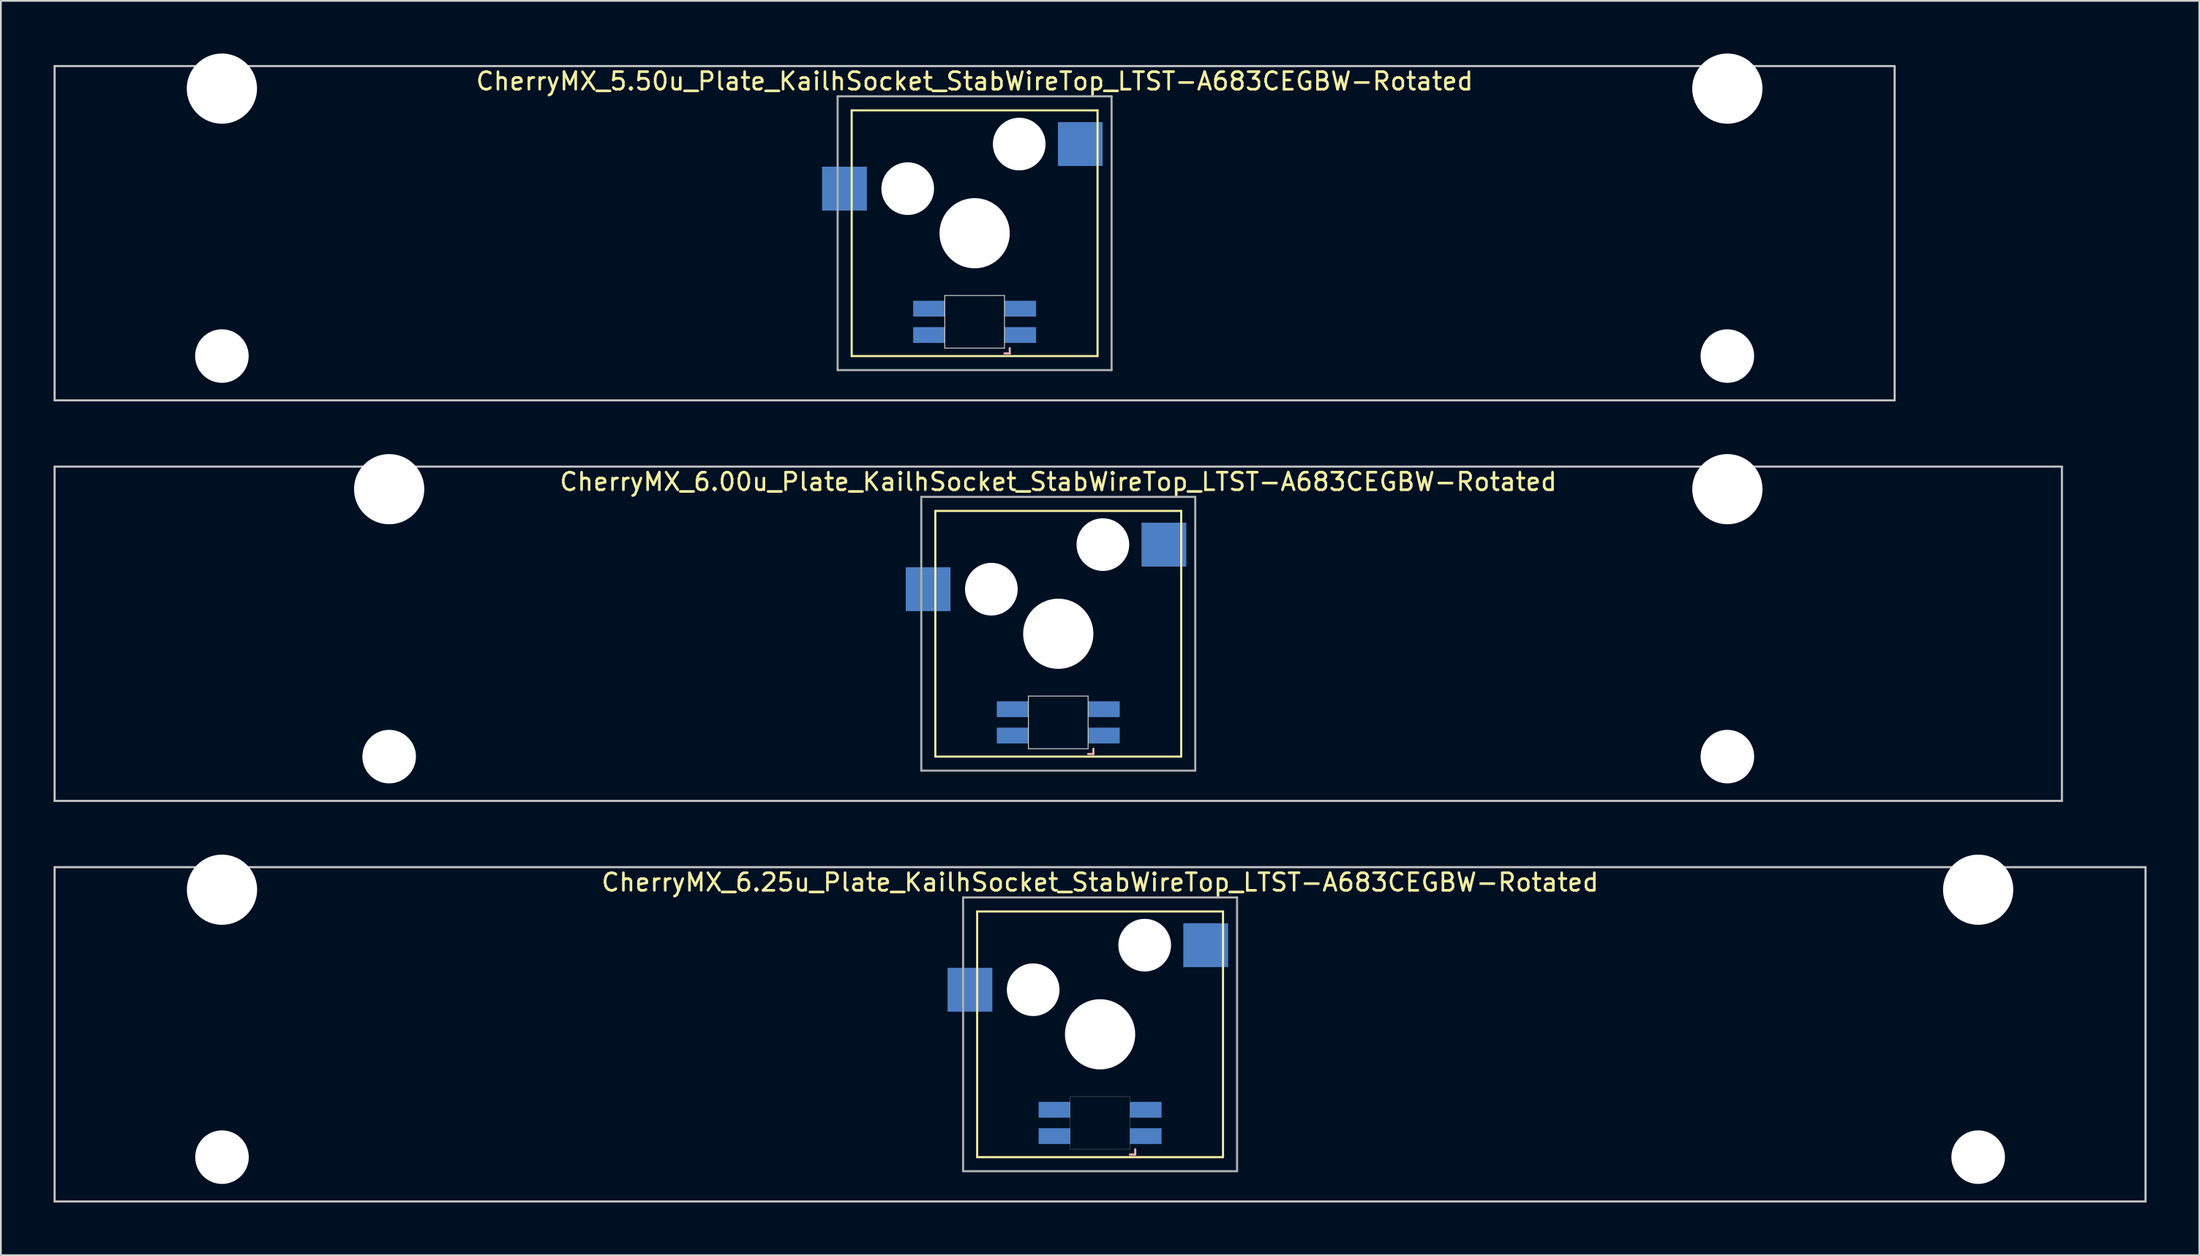
<source format=kicad_pcb>
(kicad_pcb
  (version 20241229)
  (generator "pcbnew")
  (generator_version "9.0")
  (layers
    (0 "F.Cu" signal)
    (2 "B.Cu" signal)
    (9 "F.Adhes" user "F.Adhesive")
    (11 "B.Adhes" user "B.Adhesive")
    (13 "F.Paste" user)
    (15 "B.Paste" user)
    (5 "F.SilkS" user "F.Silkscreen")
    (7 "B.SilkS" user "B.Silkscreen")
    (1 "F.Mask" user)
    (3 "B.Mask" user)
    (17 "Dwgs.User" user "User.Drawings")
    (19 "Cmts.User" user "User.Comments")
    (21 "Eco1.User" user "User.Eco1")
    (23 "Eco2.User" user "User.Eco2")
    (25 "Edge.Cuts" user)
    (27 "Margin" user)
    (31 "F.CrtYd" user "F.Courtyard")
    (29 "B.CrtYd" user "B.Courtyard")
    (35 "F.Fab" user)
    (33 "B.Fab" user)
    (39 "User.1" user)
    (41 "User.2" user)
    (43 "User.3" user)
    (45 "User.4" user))
  (footprint "CherryMX_6.00u_Plate_KailhSocket_StabWireTop_LTST-A683CEGBW-Rotated"
    (layer "F.Cu")
    (at 57.21 33.065)
    (property "Reference" "CherryMX_6.00u_Plate_KailhSocket_StabWireTop_LTST-A683CEGBW-Rotated" (at 0 -8.662 0) (layer "F.SilkS") (effects (font (size 1 1) (thickness 0.15))))
    (attr through_hole)
    (fp_line (start -7 -7) (end -7 7) (stroke (width 0.12) (type solid)) (layer "F.SilkS"))
    (fp_line (start -7 -7) (end 7 -7) (stroke (width 0.12) (type solid)) (layer "F.SilkS"))
    (fp_line (start 7 -7) (end 7 7) (stroke (width 0.12) (type solid)) (layer "F.SilkS"))
    (fp_line (start 7 7) (end -7 7) (stroke (width 0.12) (type solid)) (layer "F.SilkS"))
    (fp_line (start 1.7 6.85) (end 2 6.85) (stroke (width 0.12) (type solid)) (layer "B.SilkS"))
    (fp_line (start 2 6.85) (end 2 6.55) (stroke (width 0.12) (type solid)) (layer "B.SilkS"))
    (fp_line (start -57.15 -9.525) (end 57.15 -9.525) (stroke (width 0.12) (type solid)) (layer "Dwgs.User"))
    (fp_line (start -57.15 9.525) (end -57.15 -9.525) (stroke (width 0.12) (type solid)) (layer "Dwgs.User"))
    (fp_line (start 57.15 -9.525) (end 57.15 9.525) (stroke (width 0.12) (type solid)) (layer "Dwgs.User"))
    (fp_line (start 57.15 9.525) (end -57.15 9.525) (stroke (width 0.12) (type solid)) (layer "Dwgs.User"))
    (fp_line (start -1.7 3.55) (end 1.7 3.55) (stroke (width 0.05) (type solid)) (layer "Edge.Cuts"))
    (fp_line (start -1.7 6.55) (end -1.7 3.55) (stroke (width 0.05) (type solid)) (layer "Edge.Cuts"))
    (fp_line (start 1.7 3.55) (end 1.7 6.55) (stroke (width 0.05) (type solid)) (layer "Edge.Cuts"))
    (fp_line (start 1.7 6.55) (end -1.7 6.55) (stroke (width 0.05) (type solid)) (layer "Edge.Cuts"))
    (fp_line (start -7.8 -7.8) (end -7.8 7.8) (stroke (width 0.12) (type solid)) (layer "F.Fab"))
    (fp_line (start -7.8 -7.8) (end 7.8 -7.8) (stroke (width 0.12) (type solid)) (layer "F.Fab"))
    (fp_line (start -7.8 7.8) (end 7.8 7.8) (stroke (width 0.12) (type solid)) (layer "F.Fab"))
    (fp_line (start 7.8 -7.8) (end 7.8 7.8) (stroke (width 0.12) (type solid)) (layer "F.Fab"))
    (pad "" np_thru_hole circle (at -38.1 -8.24) (size 4 4) (drill 4) (layers "*.Cu" "*.Mask"))
    (pad "" np_thru_hole circle (at -38.1 7) (size 3.05 3.05) (drill 3.05) (layers "*.Cu" "*.Mask"))
    (pad "" np_thru_hole circle (at -3.81 -2.54) (size 3 3) (drill 3) (layers "*.Cu" "*.Mask"))
    (pad "" np_thru_hole circle (at 0 0) (size 4 4) (drill 4) (layers "*.Cu" "*.Mask"))
    (pad "" np_thru_hole circle (at 2.54 -5.08) (size 3 3) (drill 3) (layers "*.Cu" "*.Mask"))
    (pad "" np_thru_hole circle (at 38.1 -8.24) (size 4 4) (drill 4) (layers "*.Cu" "*.Mask"))
    (pad "" np_thru_hole circle (at 38.1 7) (size 3.05 3.05) (drill 3.05) (layers "*.Cu" "*.Mask"))
    (pad "1" smd rect (at -7.41 -2.54) (size 2.55 2.5) (layers "B.Cu" "B.Mask" "B.Paste"))
    (pad "2" smd rect (at 6.015 -5.08) (size 2.55 2.5) (layers "B.Cu" "B.Mask" "B.Paste"))
    (pad "3" smd rect (at 2.6 5.8 180) (size 1.8 0.9) (layers "B.Cu" "B.Mask" "B.Paste"))
    (pad "4" smd rect (at 2.6 4.3 180) (size 1.8 0.9) (layers "B.Cu" "B.Mask" "B.Paste"))
    (pad "5" smd rect (at -2.6 5.8 180) (size 1.8 0.9) (layers "B.Cu" "B.Mask" "B.Paste"))
    (pad "6" smd rect (at -2.6 4.3 180) (size 1.8 0.9) (layers "B.Cu" "B.Mask" "B.Paste")))
  (footprint "CherryMX_6.25u_Plate_KailhSocket_StabWireTop_LTST-A683CEGBW-Rotated"
    (layer "F.Cu")
    (at 59.591 55.89)
    (property "Reference" "CherryMX_6.25u_Plate_KailhSocket_StabWireTop_LTST-A683CEGBW-Rotated" (at 0 -8.662 0) (layer "F.SilkS") (effects (font (size 1 1) (thickness 0.15))))
    (attr through_hole)
    (fp_line (start -7 -7) (end -7 7) (stroke (width 0.12) (type solid)) (layer "F.SilkS"))
    (fp_line (start -7 -7) (end 7 -7) (stroke (width 0.12) (type solid)) (layer "F.SilkS"))
    (fp_line (start 7 -7) (end 7 7) (stroke (width 0.12) (type solid)) (layer "F.SilkS"))
    (fp_line (start 7 7) (end -7 7) (stroke (width 0.12) (type solid)) (layer "F.SilkS"))
    (fp_line (start 1.7 6.85) (end 2 6.85) (stroke (width 0.12) (type solid)) (layer "B.SilkS"))
    (fp_line (start 2 6.85) (end 2 6.55) (stroke (width 0.12) (type solid)) (layer "B.SilkS"))
    (fp_line (start -59.531 -9.525) (end 59.531 -9.525) (stroke (width 0.12) (type solid)) (layer "Dwgs.User"))
    (fp_line (start -59.531 9.525) (end -59.531 -9.525) (stroke (width 0.12) (type solid)) (layer "Dwgs.User"))
    (fp_line (start 59.531 -9.525) (end 59.531 9.525) (stroke (width 0.12) (type solid)) (layer "Dwgs.User"))
    (fp_line (start 59.531 9.525) (end -59.531 9.525) (stroke (width 0.12) (type solid)) (layer "Dwgs.User"))
    (fp_poly (pts (xy -1.7 3.55) (xy 1.7 3.55) (xy 1.7 6.55) (xy -1.7 6.55)) (stroke (width 0.01) (type solid)) (fill no) (layer "Edge.Cuts"))
    (fp_line (start -7.8 -7.8) (end -7.8 7.8) (stroke (width 0.12) (type solid)) (layer "F.Fab"))
    (fp_line (start -7.8 -7.8) (end 7.8 -7.8) (stroke (width 0.12) (type solid)) (layer "F.Fab"))
    (fp_line (start -7.8 7.8) (end 7.8 7.8) (stroke (width 0.12) (type solid)) (layer "F.Fab"))
    (fp_line (start 7.8 -7.8) (end 7.8 7.8) (stroke (width 0.12) (type solid)) (layer "F.Fab"))
    (pad "" np_thru_hole circle (at -50 -8.24) (size 4 4) (drill 4) (layers "*.Cu" "*.Mask"))
    (pad "" np_thru_hole circle (at -50 7) (size 3.05 3.05) (drill 3.05) (layers "*.Cu" "*.Mask"))
    (pad "" np_thru_hole circle (at -3.81 -2.54) (size 3 3) (drill 3) (layers "*.Cu" "*.Mask"))
    (pad "" np_thru_hole circle (at 0 0) (size 4 4) (drill 4) (layers "*.Cu" "*.Mask"))
    (pad "" np_thru_hole circle (at 2.54 -5.08) (size 3 3) (drill 3) (layers "*.Cu" "*.Mask"))
    (pad "" np_thru_hole circle (at 50 -8.24) (size 4 4) (drill 4) (layers "*.Cu" "*.Mask"))
    (pad "" np_thru_hole circle (at 50 7) (size 3.05 3.05) (drill 3.05) (layers "*.Cu" "*.Mask"))
    (pad "1" smd rect (at -7.41 -2.54) (size 2.55 2.5) (layers "B.Cu" "B.Mask" "B.Paste"))
    (pad "2" smd rect (at 6.015 -5.08) (size 2.55 2.5) (layers "B.Cu" "B.Mask" "B.Paste"))
    (pad "3" smd rect (at 2.6 5.8 180) (size 1.8 0.9) (layers "B.Cu" "B.Mask" "B.Paste"))
    (pad "4" smd rect (at 2.6 4.3 180) (size 1.8 0.9) (layers "B.Cu" "B.Mask" "B.Paste"))
    (pad "5" smd rect (at -2.6 5.8 180) (size 1.8 0.9) (layers "B.Cu" "B.Mask" "B.Paste"))
    (pad "6" smd rect (at -2.6 4.3 180) (size 1.8 0.9) (layers "B.Cu" "B.Mask" "B.Paste")))
  (footprint "CherryMX_5.50u_Plate_KailhSocket_StabWireTop_LTST-A683CEGBW-Rotated"
    (layer "F.Cu")
    (at 52.447 10.24)
    (property "Reference" "CherryMX_5.50u_Plate_KailhSocket_StabWireTop_LTST-A683CEGBW-Rotated" (at 0 -8.662 0) (layer "F.SilkS") (effects (font (size 1 1) (thickness 0.15))))
    (attr through_hole)
    (fp_line (start -7 -7) (end -7 7) (stroke (width 0.12) (type solid)) (layer "F.SilkS"))
    (fp_line (start -7 -7) (end 7 -7) (stroke (width 0.12) (type solid)) (layer "F.SilkS"))
    (fp_line (start 7 -7) (end 7 7) (stroke (width 0.12) (type solid)) (layer "F.SilkS"))
    (fp_line (start 7 7) (end -7 7) (stroke (width 0.12) (type solid)) (layer "F.SilkS"))
    (fp_line (start 1.7 6.85) (end 2 6.85) (stroke (width 0.12) (type solid)) (layer "B.SilkS"))
    (fp_line (start 2 6.85) (end 2 6.55) (stroke (width 0.12) (type solid)) (layer "B.SilkS"))
    (fp_line (start -52.388 -9.525) (end 52.388 -9.525) (stroke (width 0.12) (type solid)) (layer "Dwgs.User"))
    (fp_line (start -52.388 9.525) (end -52.388 -9.525) (stroke (width 0.12) (type solid)) (layer "Dwgs.User"))
    (fp_line (start 52.388 -9.525) (end 52.388 9.525) (stroke (width 0.12) (type solid)) (layer "Dwgs.User"))
    (fp_line (start 52.388 9.525) (end -52.388 9.525) (stroke (width 0.12) (type solid)) (layer "Dwgs.User"))
    (fp_line (start -1.7 3.55) (end 1.7 3.55) (stroke (width 0.05) (type solid)) (layer "Edge.Cuts"))
    (fp_line (start -1.7 6.55) (end -1.7 3.55) (stroke (width 0.05) (type solid)) (layer "Edge.Cuts"))
    (fp_line (start 1.7 3.55) (end 1.7 6.55) (stroke (width 0.05) (type solid)) (layer "Edge.Cuts"))
    (fp_line (start 1.7 6.55) (end -1.7 6.55) (stroke (width 0.05) (type solid)) (layer "Edge.Cuts"))
    (fp_line (start -7.8 -7.8) (end -7.8 7.8) (stroke (width 0.12) (type solid)) (layer "F.Fab"))
    (fp_line (start -7.8 -7.8) (end 7.8 -7.8) (stroke (width 0.12) (type solid)) (layer "F.Fab"))
    (fp_line (start -7.8 7.8) (end 7.8 7.8) (stroke (width 0.12) (type solid)) (layer "F.Fab"))
    (fp_line (start 7.8 -7.8) (end 7.8 7.8) (stroke (width 0.12) (type solid)) (layer "F.Fab"))
    (pad "" np_thru_hole circle (at -42.862 -8.24) (size 4 4) (drill 4) (layers "*.Cu" "*.Mask"))
    (pad "" np_thru_hole circle (at -42.862 7) (size 3.05 3.05) (drill 3.05) (layers "*.Cu" "*.Mask"))
    (pad "" np_thru_hole circle (at -3.81 -2.54) (size 3 3) (drill 3) (layers "*.Cu" "*.Mask"))
    (pad "" np_thru_hole circle (at 0 0) (size 4 4) (drill 4) (layers "*.Cu" "*.Mask"))
    (pad "" np_thru_hole circle (at 2.54 -5.08) (size 3 3) (drill 3) (layers "*.Cu" "*.Mask"))
    (pad "" np_thru_hole circle (at 42.862 -8.24) (size 4 4) (drill 4) (layers "*.Cu" "*.Mask"))
    (pad "" np_thru_hole circle (at 42.862 7) (size 3.05 3.05) (drill 3.05) (layers "*.Cu" "*.Mask"))
    (pad "1" smd rect (at -7.41 -2.54) (size 2.55 2.5) (layers "B.Cu" "B.Mask" "B.Paste"))
    (pad "2" smd rect (at 6.015 -5.08) (size 2.55 2.5) (layers "B.Cu" "B.Mask" "B.Paste"))
    (pad "3" smd rect (at 2.6 5.8 180) (size 1.8 0.9) (layers "B.Cu" "B.Mask" "B.Paste"))
    (pad "4" smd rect (at 2.6 4.3 180) (size 1.8 0.9) (layers "B.Cu" "B.Mask" "B.Paste"))
    (pad "5" smd rect (at -2.6 5.8 180) (size 1.8 0.9) (layers "B.Cu" "B.Mask" "B.Paste"))
    (pad "6" smd rect (at -2.6 4.3 180) (size 1.8 0.9) (layers "B.Cu" "B.Mask" "B.Paste")))
  (gr_rect
    (start -3 -3)
    (end 122.183 68.475)
    (stroke (width 0.1) (type default))
    (fill no)
    (layer "Edge.Cuts")))
</source>
